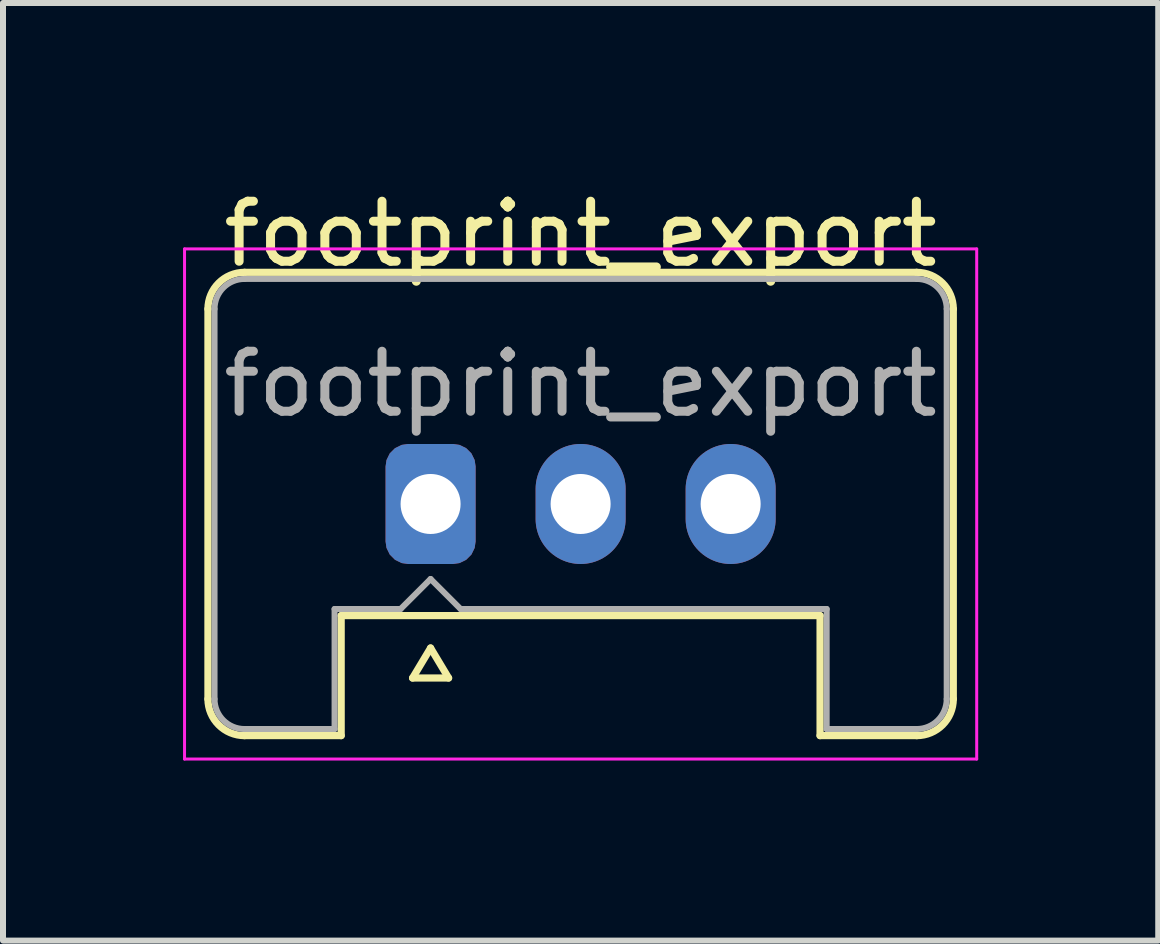
<source format=kicad_pcb>
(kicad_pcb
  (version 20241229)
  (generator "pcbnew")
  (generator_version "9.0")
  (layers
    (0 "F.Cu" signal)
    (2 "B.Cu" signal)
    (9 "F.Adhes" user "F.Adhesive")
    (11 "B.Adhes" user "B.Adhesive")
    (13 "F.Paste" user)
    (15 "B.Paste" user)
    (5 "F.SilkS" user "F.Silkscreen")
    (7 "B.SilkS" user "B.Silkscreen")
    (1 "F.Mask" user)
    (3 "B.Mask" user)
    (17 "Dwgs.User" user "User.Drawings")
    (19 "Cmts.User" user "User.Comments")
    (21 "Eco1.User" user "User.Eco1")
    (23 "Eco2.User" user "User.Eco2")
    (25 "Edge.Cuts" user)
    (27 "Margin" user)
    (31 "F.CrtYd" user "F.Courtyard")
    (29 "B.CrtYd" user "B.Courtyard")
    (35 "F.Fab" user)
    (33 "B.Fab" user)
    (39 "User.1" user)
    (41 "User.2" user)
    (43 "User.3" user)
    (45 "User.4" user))
  (footprint "footprint_export"
    (layer "F.Cu")
    (at 4.125 5.348)
    (property "Reference" "footprint_export" (at 2.5 -4.5 0) (layer "F.SilkS") (effects (font (size 1 1) (thickness 0.15))))
    (attr through_hole)
    (fp_line (start -3.71 -3.25) (end -3.71 3.25) (stroke (width 0.12) (type solid)) (layer "F.SilkS"))
    (fp_line (start -3.1 -3.86) (end 8.1 -3.86) (stroke (width 0.12) (type solid)) (layer "F.SilkS"))
    (fp_line (start -3.1 3.86) (end -1.49 3.86) (stroke (width 0.12) (type solid)) (layer "F.SilkS"))
    (fp_line (start -1.49 1.86) (end 6.49 1.86) (stroke (width 0.12) (type solid)) (layer "F.SilkS"))
    (fp_line (start -1.49 3.86) (end -1.49 1.86) (stroke (width 0.12) (type solid)) (layer "F.SilkS"))
    (fp_line (start -0.3 2.9) (end 0.3 2.9) (stroke (width 0.12) (type solid)) (layer "F.SilkS"))
    (fp_line (start 0 2.4) (end -0.3 2.9) (stroke (width 0.12) (type solid)) (layer "F.SilkS"))
    (fp_line (start 0.3 2.9) (end 0 2.4) (stroke (width 0.12) (type solid)) (layer "F.SilkS"))
    (fp_line (start 6.49 3.86) (end 6.49 1.86) (stroke (width 0.12) (type solid)) (layer "F.SilkS"))
    (fp_line (start 8.1 3.86) (end 6.49 3.86) (stroke (width 0.12) (type solid)) (layer "F.SilkS"))
    (fp_line (start 8.71 -3.25) (end 8.71 3.25) (stroke (width 0.12) (type solid)) (layer "F.SilkS"))
    (fp_arc (start -3.71 -3.25) (mid -3.531335 -3.681335) (end -3.1 -3.86) (stroke (width 0.12) (type solid)) (layer "F.SilkS"))
    (fp_arc (start -3.1 3.86) (mid -3.531335 3.681335) (end -3.71 3.25) (stroke (width 0.12) (type solid)) (layer "F.SilkS"))
    (fp_arc (start 8.1 -3.86) (mid 8.531335 -3.681335) (end 8.71 -3.25) (stroke (width 0.12) (type solid)) (layer "F.SilkS"))
    (fp_arc (start 8.71 3.25) (mid 8.531335 3.681335) (end 8.1 3.86) (stroke (width 0.12) (type solid)) (layer "F.SilkS"))
    (fp_line (start -4.1 -4.25) (end -4.1 4.25) (stroke (width 0.05) (type solid)) (layer "F.CrtYd"))
    (fp_line (start -4.1 4.25) (end 9.1 4.25) (stroke (width 0.05) (type solid)) (layer "F.CrtYd"))
    (fp_line (start 9.1 -4.25) (end -4.1 -4.25) (stroke (width 0.05) (type solid)) (layer "F.CrtYd"))
    (fp_line (start 9.1 4.25) (end 9.1 -4.25) (stroke (width 0.05) (type solid)) (layer "F.CrtYd"))
    (fp_line (start -3.6 -3.25) (end -3.6 3.25) (stroke (width 0.1) (type solid)) (layer "F.Fab"))
    (fp_line (start -3.1 -3.75) (end 8.1 -3.75) (stroke (width 0.1) (type solid)) (layer "F.Fab"))
    (fp_line (start -3.1 3.75) (end -1.6 3.75) (stroke (width 0.1) (type solid)) (layer "F.Fab"))
    (fp_line (start -1.6 1.75) (end -0.5 1.75) (stroke (width 0.1) (type solid)) (layer "F.Fab"))
    (fp_line (start -1.6 3.75) (end -1.6 1.75) (stroke (width 0.1) (type solid)) (layer "F.Fab"))
    (fp_line (start -0.5 1.75) (end 0 1.25) (stroke (width 0.1) (type solid)) (layer "F.Fab"))
    (fp_line (start 0 1.25) (end 0.5 1.75) (stroke (width 0.1) (type solid)) (layer "F.Fab"))
    (fp_line (start 0.5 1.75) (end 6.6 1.75) (stroke (width 0.1) (type solid)) (layer "F.Fab"))
    (fp_line (start 6.6 3.75) (end 6.6 1.75) (stroke (width 0.1) (type solid)) (layer "F.Fab"))
    (fp_line (start 8.1 3.75) (end 6.6 3.75) (stroke (width 0.1) (type solid)) (layer "F.Fab"))
    (fp_line (start 8.6 -3.25) (end 8.6 3.25) (stroke (width 0.1) (type solid)) (layer "F.Fab"))
    (fp_arc (start -3.6 -3.25) (mid -3.453553 -3.603553) (end -3.1 -3.75) (stroke (width 0.1) (type solid)) (layer "F.Fab"))
    (fp_arc (start -3.1 3.75) (mid -3.453553 3.603553) (end -3.6 3.25) (stroke (width 0.1) (type solid)) (layer "F.Fab"))
    (fp_arc (start 8.1 -3.75) (mid 8.453553 -3.603553) (end 8.6 -3.25) (stroke (width 0.1) (type solid)) (layer "F.Fab"))
    (fp_arc (start 8.6 3.25) (mid 8.453553 3.603553) (end 8.1 3.75) (stroke (width 0.1) (type solid)) (layer "F.Fab"))
    (fp_text user "${REFERENCE}" (at 2.5 -2 0) (layer "F.Fab") (effects (font (size 1 1) (thickness 0.15))))
    (pad "1" thru_hole roundrect (at 0 0) (size 1.5 2) (drill 1) (layers "*.Cu" "*.Mask") (roundrect_rratio 0.25))
    (pad "2" thru_hole oval (at 2.5 0) (size 1.5 2) (drill 1) (layers "*.Cu" "*.Mask"))
    (pad "3" thru_hole oval (at 5 0) (size 1.5 2) (drill 1) (layers "*.Cu" "*.Mask")))
  (gr_rect
    (start -3 -3)
    (end 16.25 12.623)
    (stroke (width 0.1) (type default))
    (fill no)
    (layer "Edge.Cuts")))
</source>
